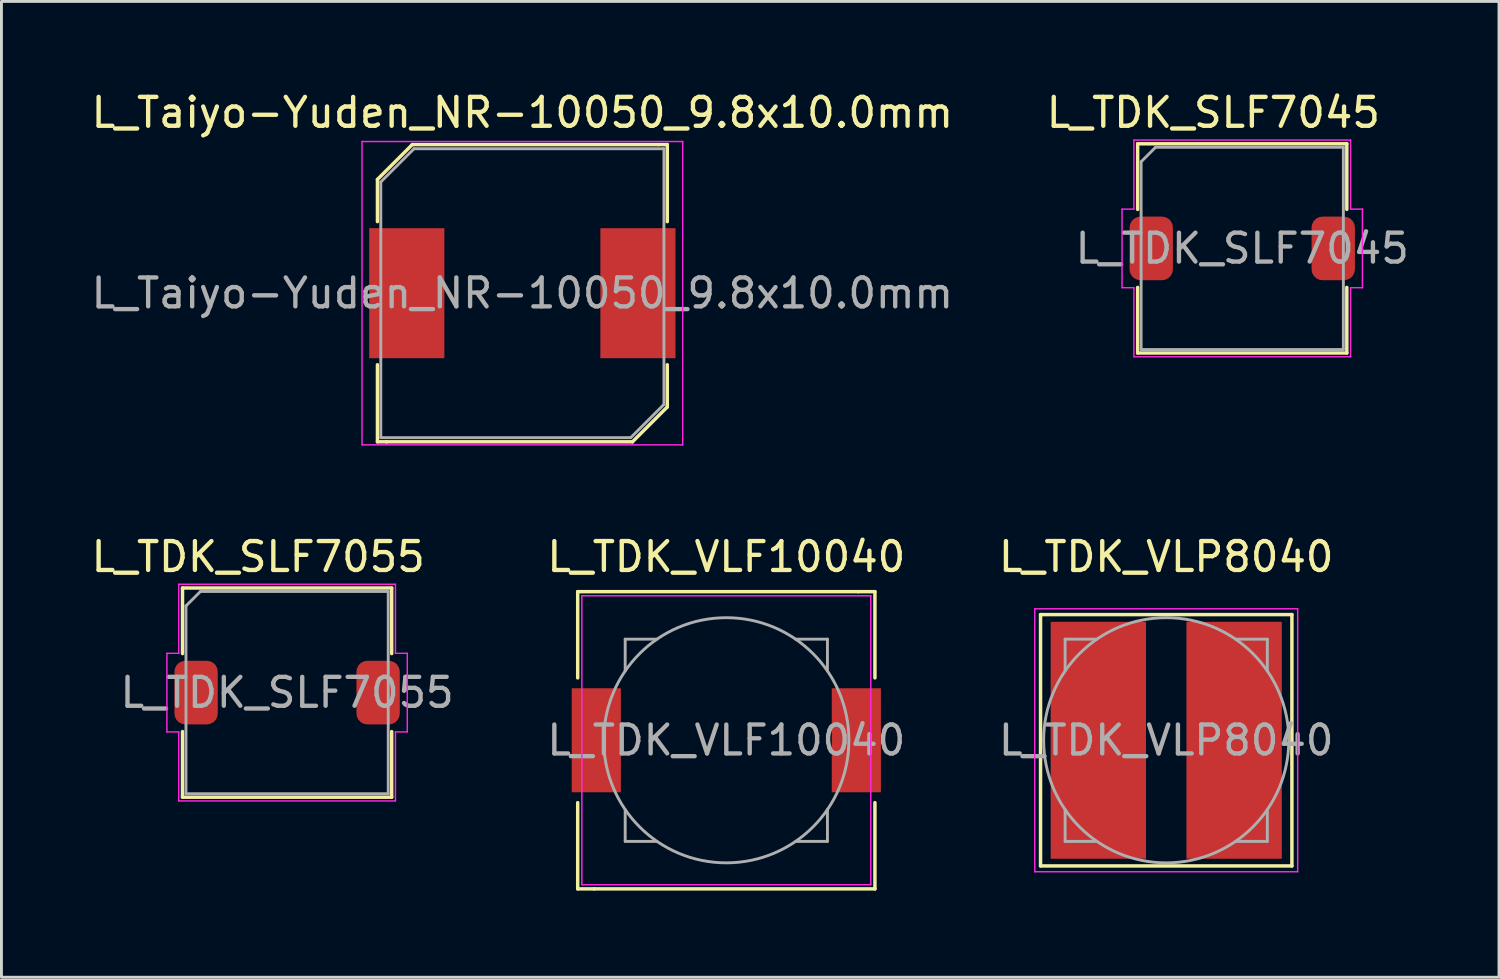
<source format=kicad_pcb>
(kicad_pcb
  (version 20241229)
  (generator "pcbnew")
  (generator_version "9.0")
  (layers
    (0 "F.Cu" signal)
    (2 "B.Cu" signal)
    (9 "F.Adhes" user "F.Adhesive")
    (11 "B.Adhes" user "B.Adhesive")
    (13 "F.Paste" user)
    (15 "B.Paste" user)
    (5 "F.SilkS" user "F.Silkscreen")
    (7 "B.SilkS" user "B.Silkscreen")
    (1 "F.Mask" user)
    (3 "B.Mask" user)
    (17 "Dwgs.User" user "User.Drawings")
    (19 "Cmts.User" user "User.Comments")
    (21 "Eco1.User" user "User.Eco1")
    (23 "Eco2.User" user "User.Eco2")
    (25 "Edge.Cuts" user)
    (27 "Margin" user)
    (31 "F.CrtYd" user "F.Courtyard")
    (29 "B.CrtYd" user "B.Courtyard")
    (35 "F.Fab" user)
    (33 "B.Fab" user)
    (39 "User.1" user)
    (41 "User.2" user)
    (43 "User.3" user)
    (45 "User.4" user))
  (footprint "L_TDK_SLF7045"
    (layer "F.Cu")
    (at 39.946 5.548)
    (property "Reference" "L_TDK_SLF7045" (at -1 -4.7 0) (layer "F.SilkS") (effects (font (size 1 1) (thickness 0.15))))
    (attr smd)
    (fp_line (start -3.62 -3.62) (end -3.62 -1.35) (stroke (width 0.12) (type solid)) (layer "F.SilkS"))
    (fp_line (start -3.62 -3.62) (end 3.62 -3.62) (stroke (width 0.12) (type solid)) (layer "F.SilkS"))
    (fp_line (start -3.62 1.35) (end -3.62 3.62) (stroke (width 0.12) (type solid)) (layer "F.SilkS"))
    (fp_line (start -3.62 3.62) (end 3.62 3.62) (stroke (width 0.12) (type solid)) (layer "F.SilkS"))
    (fp_line (start 3.62 -3.62) (end 3.62 -1.35) (stroke (width 0.12) (type solid)) (layer "F.SilkS"))
    (fp_line (start 3.62 1.35) (end 3.62 3.62) (stroke (width 0.12) (type solid)) (layer "F.SilkS"))
    (fp_line (start -4.16 -1.36) (end -4.16 1.36) (stroke (width 0.05) (type solid)) (layer "F.CrtYd"))
    (fp_line (start -4.16 1.36) (end -3.75 1.36) (stroke (width 0.05) (type solid)) (layer "F.CrtYd"))
    (fp_line (start -3.75 -3.75) (end -3.75 -1.36) (stroke (width 0.05) (type solid)) (layer "F.CrtYd"))
    (fp_line (start -3.75 -3.75) (end 3.75 -3.75) (stroke (width 0.05) (type solid)) (layer "F.CrtYd"))
    (fp_line (start -3.75 -1.36) (end -4.16 -1.36) (stroke (width 0.05) (type solid)) (layer "F.CrtYd"))
    (fp_line (start -3.75 1.36) (end -3.75 3.75) (stroke (width 0.05) (type solid)) (layer "F.CrtYd"))
    (fp_line (start -3.75 3.75) (end 3.75 3.75) (stroke (width 0.05) (type solid)) (layer "F.CrtYd"))
    (fp_line (start 3.75 -3.75) (end 3.75 -1.36) (stroke (width 0.05) (type solid)) (layer "F.CrtYd"))
    (fp_line (start 3.75 -1.36) (end 4.16 -1.36) (stroke (width 0.05) (type solid)) (layer "F.CrtYd"))
    (fp_line (start 3.75 1.36) (end 3.75 3.75) (stroke (width 0.05) (type solid)) (layer "F.CrtYd"))
    (fp_line (start 4.16 -1.36) (end 4.16 1.36) (stroke (width 0.05) (type solid)) (layer "F.CrtYd"))
    (fp_line (start 4.16 1.36) (end 3.75 1.36) (stroke (width 0.05) (type solid)) (layer "F.CrtYd"))
    (fp_line (start -3.5 -3) (end -3 -3.5) (stroke (width 0.1) (type solid)) (layer "F.Fab"))
    (fp_line (start -3.5 3.5) (end -3.5 -3) (stroke (width 0.1) (type solid)) (layer "F.Fab"))
    (fp_line (start -3 -3.5) (end 3.5 -3.5) (stroke (width 0.1) (type solid)) (layer "F.Fab"))
    (fp_line (start 3.5 -3.5) (end 3.5 3.5) (stroke (width 0.1) (type solid)) (layer "F.Fab"))
    (fp_line (start 3.5 3.5) (end -3.5 3.5) (stroke (width 0.1) (type solid)) (layer "F.Fab"))
    (fp_text user "${REFERENCE}" (at 0 0 0) (layer "F.Fab") (effects (font (size 1 1) (thickness 0.15))))
    (pad "1" smd roundrect (at -3.15 0) (size 1.5 2.2) (layers "F.Cu" "F.Mask" "F.Paste") (roundrect_rratio 0.25))
    (pad "2" smd roundrect (at 3.15 0) (size 1.5 2.2) (layers "F.Cu" "F.Mask" "F.Paste") (roundrect_rratio 0.25)))
  (footprint "L_Taiyo-Yuden_NR-10050_9.8x10.0mm"
    (layer "F.Cu")
    (at 15.03 7.098)
    (property "Reference" "L_Taiyo-Yuden_NR-10050_9.8x10.0mm" (at 0 -6.25 0) (layer "F.SilkS") (effects (font (size 1 1) (thickness 0.15))))
    (attr smd)
    (fp_line (start -5.016 -3.937) (end -5.016 -2.477) (stroke (width 0.12) (type solid)) (layer "F.SilkS"))
    (fp_line (start -5.016 5.144) (end -5.016 2.477) (stroke (width 0.12) (type solid)) (layer "F.SilkS"))
    (fp_line (start -4.699 5.144) (end -5.016 5.144) (stroke (width 0.12) (type solid)) (layer "F.SilkS"))
    (fp_line (start -4.699 5.144) (end 3.81 5.144) (stroke (width 0.12) (type solid)) (layer "F.SilkS"))
    (fp_line (start -3.81 -5.144) (end -5.016 -3.937) (stroke (width 0.12) (type solid)) (layer "F.SilkS"))
    (fp_line (start 3.81 5.144) (end 5.016 3.937) (stroke (width 0.12) (type solid)) (layer "F.SilkS"))
    (fp_line (start 4.699 -5.144) (end -3.81 -5.144) (stroke (width 0.12) (type solid)) (layer "F.SilkS"))
    (fp_line (start 4.699 -5.144) (end 5.016 -5.144) (stroke (width 0.12) (type solid)) (layer "F.SilkS"))
    (fp_line (start 5.016 -5.144) (end 5.016 -2.477) (stroke (width 0.12) (type solid)) (layer "F.SilkS"))
    (fp_line (start 5.016 3.937) (end 5.016 2.477) (stroke (width 0.12) (type solid)) (layer "F.SilkS"))
    (fp_line (start -5.55 -5.25) (end -5.55 5.25) (stroke (width 0.05) (type solid)) (layer "F.CrtYd"))
    (fp_line (start -5.55 5.25) (end 5.55 5.25) (stroke (width 0.05) (type solid)) (layer "F.CrtYd"))
    (fp_line (start 5.55 -5.25) (end -5.55 -5.25) (stroke (width 0.05) (type solid)) (layer "F.CrtYd"))
    (fp_line (start 5.55 5.25) (end 5.55 -5.25) (stroke (width 0.05) (type solid)) (layer "F.CrtYd"))
    (fp_line (start -4.9 -3.85) (end -4.9 5) (stroke (width 0.1) (type solid)) (layer "F.Fab"))
    (fp_line (start -4.9 -3.85) (end -3.75 -5) (stroke (width 0.1) (type solid)) (layer "F.Fab"))
    (fp_line (start -4.9 5) (end 3.75 5) (stroke (width 0.1) (type solid)) (layer "F.Fab"))
    (fp_line (start 3.75 5) (end 4.9 3.85) (stroke (width 0.1) (type solid)) (layer "F.Fab"))
    (fp_line (start 4.9 -5) (end -3.75 -5) (stroke (width 0.1) (type solid)) (layer "F.Fab"))
    (fp_line (start 4.9 3.85) (end 4.9 -5) (stroke (width 0.1) (type solid)) (layer "F.Fab"))
    (fp_text user "${REFERENCE}" (at 0 0 0) (layer "F.Fab") (effects (font (size 1 1) (thickness 0.15))))
    (pad "1" smd rect (at -4 0) (size 2.6 4.5) (layers "F.Cu" "F.Mask" "F.Paste"))
    (pad "2" smd rect (at 4 0) (size 2.6 4.5) (layers "F.Cu" "F.Mask" "F.Paste")))
  (footprint "L_TDK_VLP8040"
    (layer "F.Cu")
    (at 37.315 22.572)
    (property "Reference" "L_TDK_VLP8040" (at 0 -6.35 0) (layer "F.SilkS") (effects (font (size 1 1) (thickness 0.15))))
    (attr smd)
    (fp_line (start -4.35 -4.35) (end -4.35 4.35) (stroke (width 0.12) (type solid)) (layer "F.SilkS"))
    (fp_line (start -4.35 -4.35) (end 4.35 -4.35) (stroke (width 0.12) (type solid)) (layer "F.SilkS"))
    (fp_line (start -4.35 4.35) (end 4.35 4.35) (stroke (width 0.12) (type solid)) (layer "F.SilkS"))
    (fp_line (start 4.35 4.35) (end 4.35 -4.35) (stroke (width 0.12) (type solid)) (layer "F.SilkS"))
    (fp_line (start -4.55 -4.55) (end -4.55 4.55) (stroke (width 0.05) (type solid)) (layer "F.CrtYd"))
    (fp_line (start -4.55 4.55) (end 4.55 4.55) (stroke (width 0.05) (type solid)) (layer "F.CrtYd"))
    (fp_line (start 4.55 -4.55) (end -4.55 -4.55) (stroke (width 0.05) (type solid)) (layer "F.CrtYd"))
    (fp_line (start 4.55 4.55) (end 4.55 -4.55) (stroke (width 0.05) (type solid)) (layer "F.CrtYd"))
    (fp_line (start -3.5 -3.5) (end -2.4 -3.5) (stroke (width 0.1) (type solid)) (layer "F.Fab"))
    (fp_line (start -3.5 -2.4) (end -3.5 -3.5) (stroke (width 0.1) (type solid)) (layer "F.Fab"))
    (fp_line (start -3.5 2.4) (end -3.5 3.5) (stroke (width 0.1) (type solid)) (layer "F.Fab"))
    (fp_line (start -3.5 3.5) (end -2.4 3.5) (stroke (width 0.1) (type solid)) (layer "F.Fab"))
    (fp_line (start 3.5 -3.5) (end 2.4 -3.5) (stroke (width 0.1) (type solid)) (layer "F.Fab"))
    (fp_line (start 3.5 -3.5) (end 3.5 -2.4) (stroke (width 0.1) (type solid)) (layer "F.Fab"))
    (fp_line (start 3.5 2.4) (end 3.5 3.5) (stroke (width 0.1) (type solid)) (layer "F.Fab"))
    (fp_line (start 3.5 3.5) (end 2.4 3.5) (stroke (width 0.1) (type solid)) (layer "F.Fab"))
    (fp_circle (center 0 0) (end 3 3) (stroke (width 0.1) (type solid)) (fill no) (layer "F.Fab"))
    (fp_text user "${REFERENCE}" (at 0 0 0) (layer "F.Fab") (effects (font (size 1 1) (thickness 0.15))))
    (pad "1" smd rect (at -2.35 0) (size 3.3 8.2) (layers "F.Cu" "F.Mask" "F.Paste"))
    (pad "2" smd rect (at 2.35 0) (size 3.3 8.2) (layers "F.Cu" "F.Mask" "F.Paste")))
  (footprint "L_TDK_SLF7055"
    (layer "F.Cu")
    (at 6.887 20.922)
    (property "Reference" "L_TDK_SLF7055" (at -1 -4.7 0) (layer "F.SilkS") (effects (font (size 1 1) (thickness 0.15))))
    (attr smd)
    (fp_line (start -3.62 -3.62) (end -3.62 -1.35) (stroke (width 0.12) (type solid)) (layer "F.SilkS"))
    (fp_line (start -3.62 -3.62) (end 3.62 -3.62) (stroke (width 0.12) (type solid)) (layer "F.SilkS"))
    (fp_line (start -3.62 1.35) (end -3.62 3.62) (stroke (width 0.12) (type solid)) (layer "F.SilkS"))
    (fp_line (start -3.62 3.62) (end 3.62 3.62) (stroke (width 0.12) (type solid)) (layer "F.SilkS"))
    (fp_line (start 3.62 -3.62) (end 3.62 -1.35) (stroke (width 0.12) (type solid)) (layer "F.SilkS"))
    (fp_line (start 3.62 1.35) (end 3.62 3.62) (stroke (width 0.12) (type solid)) (layer "F.SilkS"))
    (fp_line (start -4.16 -1.36) (end -4.16 1.36) (stroke (width 0.05) (type solid)) (layer "F.CrtYd"))
    (fp_line (start -4.16 1.36) (end -3.75 1.36) (stroke (width 0.05) (type solid)) (layer "F.CrtYd"))
    (fp_line (start -3.75 -3.75) (end -3.75 -1.36) (stroke (width 0.05) (type solid)) (layer "F.CrtYd"))
    (fp_line (start -3.75 -3.75) (end 3.75 -3.75) (stroke (width 0.05) (type solid)) (layer "F.CrtYd"))
    (fp_line (start -3.75 -1.36) (end -4.16 -1.36) (stroke (width 0.05) (type solid)) (layer "F.CrtYd"))
    (fp_line (start -3.75 1.36) (end -3.75 3.75) (stroke (width 0.05) (type solid)) (layer "F.CrtYd"))
    (fp_line (start -3.75 3.75) (end 3.75 3.75) (stroke (width 0.05) (type solid)) (layer "F.CrtYd"))
    (fp_line (start 3.75 -3.75) (end 3.75 -1.36) (stroke (width 0.05) (type solid)) (layer "F.CrtYd"))
    (fp_line (start 3.75 -1.36) (end 4.16 -1.36) (stroke (width 0.05) (type solid)) (layer "F.CrtYd"))
    (fp_line (start 3.75 1.36) (end 3.75 3.75) (stroke (width 0.05) (type solid)) (layer "F.CrtYd"))
    (fp_line (start 4.16 -1.36) (end 4.16 1.36) (stroke (width 0.05) (type solid)) (layer "F.CrtYd"))
    (fp_line (start 4.16 1.36) (end 3.75 1.36) (stroke (width 0.05) (type solid)) (layer "F.CrtYd"))
    (fp_line (start -3.5 -3) (end -3 -3.5) (stroke (width 0.1) (type solid)) (layer "F.Fab"))
    (fp_line (start -3.5 3.5) (end -3.5 -3) (stroke (width 0.1) (type solid)) (layer "F.Fab"))
    (fp_line (start -3 -3.5) (end 3.5 -3.5) (stroke (width 0.1) (type solid)) (layer "F.Fab"))
    (fp_line (start 3.5 -3.5) (end 3.5 3.5) (stroke (width 0.1) (type solid)) (layer "F.Fab"))
    (fp_line (start 3.5 3.5) (end -3.5 3.5) (stroke (width 0.1) (type solid)) (layer "F.Fab"))
    (fp_text user "${REFERENCE}" (at 0 0 0) (layer "F.Fab") (effects (font (size 1 1) (thickness 0.15))))
    (pad "1" smd roundrect (at -3.15 0) (size 1.5 2.2) (layers "F.Cu" "F.Mask" "F.Paste") (roundrect_rratio 0.25))
    (pad "2" smd roundrect (at 3.15 0) (size 1.5 2.2) (layers "F.Cu" "F.Mask" "F.Paste") (roundrect_rratio 0.25)))
  (footprint "L_TDK_VLF10040"
    (layer "F.Cu")
    (at 22.089 22.572)
    (property "Reference" "L_TDK_VLF10040" (at 0 -6.35 0) (layer "F.SilkS") (effects (font (size 1 1) (thickness 0.15))))
    (attr smd)
    (fp_line (start -5.144 -5.144) (end -5.144 -2.159) (stroke (width 0.12) (type solid)) (layer "F.SilkS"))
    (fp_line (start -5.144 5.144) (end -5.144 2.159) (stroke (width 0.12) (type solid)) (layer "F.SilkS"))
    (fp_line (start -4.572 5.144) (end -5.144 5.144) (stroke (width 0.12) (type solid)) (layer "F.SilkS"))
    (fp_line (start -4.572 5.144) (end 5.144 5.144) (stroke (width 0.12) (type solid)) (layer "F.SilkS"))
    (fp_line (start 4.572 -5.144) (end -5.144 -5.144) (stroke (width 0.12) (type solid)) (layer "F.SilkS"))
    (fp_line (start 4.572 -5.144) (end 5.144 -5.144) (stroke (width 0.12) (type solid)) (layer "F.SilkS"))
    (fp_line (start 5.144 -5.144) (end 5.144 -2.159) (stroke (width 0.12) (type solid)) (layer "F.SilkS"))
    (fp_line (start 5.144 5.144) (end 5.144 2.159) (stroke (width 0.12) (type solid)) (layer "F.SilkS"))
    (fp_line (start -5 -5) (end -5 5) (stroke (width 0.05) (type solid)) (layer "F.CrtYd"))
    (fp_line (start -5 5) (end 5 5) (stroke (width 0.05) (type solid)) (layer "F.CrtYd"))
    (fp_line (start 5 -5) (end -5 -5) (stroke (width 0.05) (type solid)) (layer "F.CrtYd"))
    (fp_line (start 5 5) (end 5 -5) (stroke (width 0.05) (type solid)) (layer "F.CrtYd"))
    (fp_line (start -3.5 -3.5) (end -2.4 -3.5) (stroke (width 0.1) (type solid)) (layer "F.Fab"))
    (fp_line (start -3.5 -2.4) (end -3.5 -3.5) (stroke (width 0.1) (type solid)) (layer "F.Fab"))
    (fp_line (start -3.5 2.4) (end -3.5 3.5) (stroke (width 0.1) (type solid)) (layer "F.Fab"))
    (fp_line (start -3.5 3.5) (end -2.4 3.5) (stroke (width 0.1) (type solid)) (layer "F.Fab"))
    (fp_line (start 3.5 -3.5) (end 2.4 -3.5) (stroke (width 0.1) (type solid)) (layer "F.Fab"))
    (fp_line (start 3.5 -3.5) (end 3.5 -2.4) (stroke (width 0.1) (type solid)) (layer "F.Fab"))
    (fp_line (start 3.5 2.4) (end 3.5 3.5) (stroke (width 0.1) (type solid)) (layer "F.Fab"))
    (fp_line (start 3.5 3.5) (end 2.4 3.5) (stroke (width 0.1) (type solid)) (layer "F.Fab"))
    (fp_circle (center 0 0) (end 3 3) (stroke (width 0.1) (type solid)) (fill no) (layer "F.Fab"))
    (fp_text user "${REFERENCE}" (at 0 0 0) (layer "F.Fab") (effects (font (size 1 1) (thickness 0.15))))
    (pad "1" smd rect (at -4.5 0) (size 1.7 3.6) (layers "F.Cu" "F.Mask" "F.Paste"))
    (pad "2" smd rect (at 4.5 0) (size 1.7 3.6) (layers "F.Cu" "F.Mask" "F.Paste")))
  (gr_rect
    (start -3 -3)
    (end 48.833 30.775)
    (stroke (width 0.1) (type default))
    (fill no)
    (layer "Edge.Cuts")))
</source>
